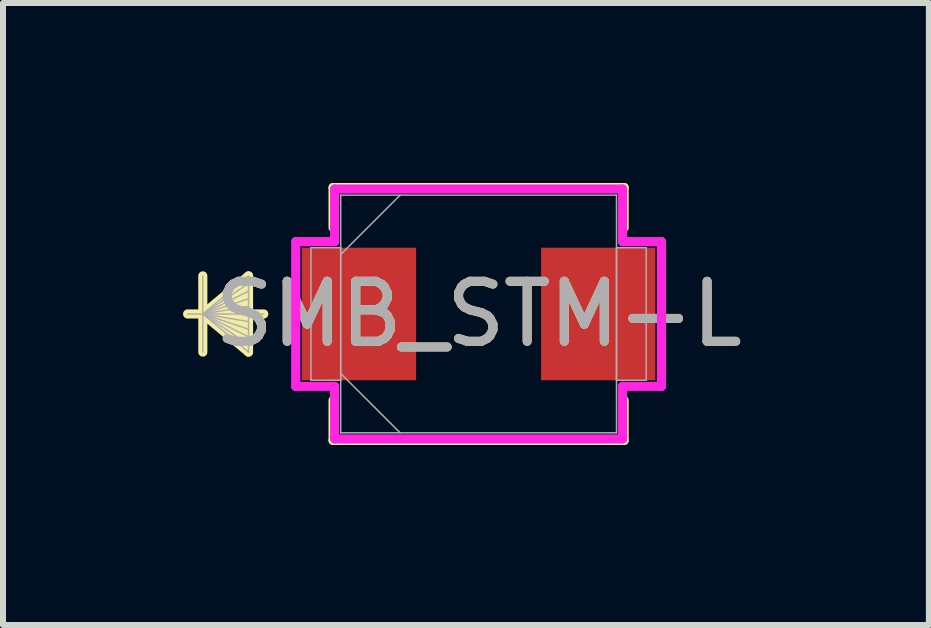
<source format=kicad_pcb>
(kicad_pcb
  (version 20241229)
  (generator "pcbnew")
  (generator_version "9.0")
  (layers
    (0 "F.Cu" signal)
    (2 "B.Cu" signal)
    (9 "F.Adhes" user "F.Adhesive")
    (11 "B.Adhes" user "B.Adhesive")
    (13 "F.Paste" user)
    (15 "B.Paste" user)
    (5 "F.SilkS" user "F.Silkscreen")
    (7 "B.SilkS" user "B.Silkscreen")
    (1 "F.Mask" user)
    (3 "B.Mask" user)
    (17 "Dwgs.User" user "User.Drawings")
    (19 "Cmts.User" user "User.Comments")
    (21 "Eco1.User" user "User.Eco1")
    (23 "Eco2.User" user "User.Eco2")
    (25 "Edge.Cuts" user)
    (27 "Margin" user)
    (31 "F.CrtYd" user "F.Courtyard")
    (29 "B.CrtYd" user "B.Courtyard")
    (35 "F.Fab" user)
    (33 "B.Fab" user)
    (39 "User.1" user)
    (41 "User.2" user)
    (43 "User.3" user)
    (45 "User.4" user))
  (footprint "SMB_STM-L"
    (layer "F.Cu")
    (at 4.928 2.184)
    (property "Reference" "SMB_STM-L" (at 0 0 0) (unlocked yes) (layer "F.SilkS") (effects (font (size 1 1) (thickness 0.15))))
    (attr smd)
    (fp_line (start -4.597 -0.635) (end -4.597 0.635) (stroke (width 0.152) (type solid)) (layer "F.SilkS"))
    (fp_line (start -4.597 0) (end -3.835 -0.635) (stroke (width 0.152) (type solid)) (layer "F.SilkS"))
    (fp_line (start -4.597 0) (end -3.835 -0.508) (stroke (width 0.152) (type solid)) (layer "F.SilkS"))
    (fp_line (start -4.597 0) (end -3.835 -0.381) (stroke (width 0.152) (type solid)) (layer "F.SilkS"))
    (fp_line (start -4.597 0) (end -3.835 -0.254) (stroke (width 0.152) (type solid)) (layer "F.SilkS"))
    (fp_line (start -4.597 0) (end -3.835 -0.127) (stroke (width 0.152) (type solid)) (layer "F.SilkS"))
    (fp_line (start -4.597 0) (end -3.835 0.127) (stroke (width 0.152) (type solid)) (layer "F.SilkS"))
    (fp_line (start -4.597 0) (end -3.835 0.254) (stroke (width 0.152) (type solid)) (layer "F.SilkS"))
    (fp_line (start -4.597 0) (end -3.835 0.381) (stroke (width 0.152) (type solid)) (layer "F.SilkS"))
    (fp_line (start -4.597 0) (end -3.835 0.508) (stroke (width 0.152) (type solid)) (layer "F.SilkS"))
    (fp_line (start -4.597 0) (end -3.835 0.635) (stroke (width 0.152) (type solid)) (layer "F.SilkS"))
    (fp_line (start -3.835 -0.635) (end -3.835 0.635) (stroke (width 0.152) (type solid)) (layer "F.SilkS"))
    (fp_line (start -3.581 0) (end -4.851 0) (stroke (width 0.152) (type solid)) (layer "F.SilkS"))
    (fp_line (start -2.426 -2.108) (end -2.426 -1.438) (stroke (width 0.152) (type solid)) (layer "F.SilkS"))
    (fp_line (start -2.426 1.438) (end -2.426 2.108) (stroke (width 0.152) (type solid)) (layer "F.SilkS"))
    (fp_line (start -2.426 2.108) (end 2.426 2.108) (stroke (width 0.152) (type solid)) (layer "F.SilkS"))
    (fp_line (start 2.426 -2.108) (end -2.426 -2.108) (stroke (width 0.152) (type solid)) (layer "F.SilkS"))
    (fp_line (start 2.426 -1.438) (end 2.426 -2.108) (stroke (width 0.152) (type solid)) (layer "F.SilkS"))
    (fp_line (start 2.426 2.108) (end 2.426 1.438) (stroke (width 0.152) (type solid)) (layer "F.SilkS"))
    (fp_line (start -3.048 -1.206) (end -2.4 -1.206) (stroke (width 0.152) (type solid)) (layer "F.CrtYd"))
    (fp_line (start -3.048 1.206) (end -3.048 -1.206) (stroke (width 0.152) (type solid)) (layer "F.CrtYd"))
    (fp_line (start -2.4 -2.083) (end 2.4 -2.083) (stroke (width 0.152) (type solid)) (layer "F.CrtYd"))
    (fp_line (start -2.4 -1.206) (end -2.4 -2.083) (stroke (width 0.152) (type solid)) (layer "F.CrtYd"))
    (fp_line (start -2.4 1.206) (end -3.048 1.206) (stroke (width 0.152) (type solid)) (layer "F.CrtYd"))
    (fp_line (start -2.4 2.083) (end -2.4 1.206) (stroke (width 0.152) (type solid)) (layer "F.CrtYd"))
    (fp_line (start 2.4 -2.083) (end 2.4 -1.206) (stroke (width 0.152) (type solid)) (layer "F.CrtYd"))
    (fp_line (start 2.4 -1.206) (end 3.048 -1.206) (stroke (width 0.152) (type solid)) (layer "F.CrtYd"))
    (fp_line (start 2.4 1.206) (end 2.4 2.083) (stroke (width 0.152) (type solid)) (layer "F.CrtYd"))
    (fp_line (start 2.4 2.083) (end -2.4 2.083) (stroke (width 0.152) (type solid)) (layer "F.CrtYd"))
    (fp_line (start 3.048 -1.206) (end 3.048 1.206) (stroke (width 0.152) (type solid)) (layer "F.CrtYd"))
    (fp_line (start 3.048 1.206) (end 2.4 1.206) (stroke (width 0.152) (type solid)) (layer "F.CrtYd"))
    (fp_line (start -4.597 -0.635) (end -4.597 0.635) (stroke (width 0.025) (type solid)) (layer "F.Fab"))
    (fp_line (start -4.597 0) (end -3.835 -0.635) (stroke (width 0.025) (type solid)) (layer "F.Fab"))
    (fp_line (start -4.597 0) (end -3.835 -0.508) (stroke (width 0.025) (type solid)) (layer "F.Fab"))
    (fp_line (start -4.597 0) (end -3.835 -0.381) (stroke (width 0.025) (type solid)) (layer "F.Fab"))
    (fp_line (start -4.597 0) (end -3.835 -0.254) (stroke (width 0.025) (type solid)) (layer "F.Fab"))
    (fp_line (start -4.597 0) (end -3.835 -0.127) (stroke (width 0.025) (type solid)) (layer "F.Fab"))
    (fp_line (start -4.597 0) (end -3.835 0.127) (stroke (width 0.025) (type solid)) (layer "F.Fab"))
    (fp_line (start -4.597 0) (end -3.835 0.254) (stroke (width 0.025) (type solid)) (layer "F.Fab"))
    (fp_line (start -4.597 0) (end -3.835 0.381) (stroke (width 0.025) (type solid)) (layer "F.Fab"))
    (fp_line (start -4.597 0) (end -3.835 0.508) (stroke (width 0.025) (type solid)) (layer "F.Fab"))
    (fp_line (start -4.597 0) (end -3.835 0.635) (stroke (width 0.025) (type solid)) (layer "F.Fab"))
    (fp_line (start -3.835 -0.635) (end -3.835 0.635) (stroke (width 0.025) (type solid)) (layer "F.Fab"))
    (fp_line (start -3.581 0) (end -4.851 0) (stroke (width 0.025) (type solid)) (layer "F.Fab"))
    (fp_line (start -2.794 -1.105) (end -2.794 1.105) (stroke (width 0.025) (type solid)) (layer "F.Fab"))
    (fp_line (start -2.794 1.105) (end -2.299 1.105) (stroke (width 0.025) (type solid)) (layer "F.Fab"))
    (fp_line (start -2.299 -1.981) (end -2.299 1.981) (stroke (width 0.025) (type solid)) (layer "F.Fab"))
    (fp_line (start -2.299 -1.105) (end -2.794 -1.105) (stroke (width 0.025) (type solid)) (layer "F.Fab"))
    (fp_line (start -2.299 -0.991) (end -1.308 -1.981) (stroke (width 0.025) (type solid)) (layer "F.Fab"))
    (fp_line (start -2.299 0.991) (end -1.308 1.981) (stroke (width 0.025) (type solid)) (layer "F.Fab"))
    (fp_line (start -2.299 1.105) (end -2.299 -1.105) (stroke (width 0.025) (type solid)) (layer "F.Fab"))
    (fp_line (start -2.299 1.981) (end 2.299 1.981) (stroke (width 0.025) (type solid)) (layer "F.Fab"))
    (fp_line (start 2.299 -1.981) (end -2.299 -1.981) (stroke (width 0.025) (type solid)) (layer "F.Fab"))
    (fp_line (start 2.299 -1.105) (end 2.299 1.105) (stroke (width 0.025) (type solid)) (layer "F.Fab"))
    (fp_line (start 2.299 1.105) (end 2.794 1.105) (stroke (width 0.025) (type solid)) (layer "F.Fab"))
    (fp_line (start 2.299 1.981) (end 2.299 -1.981) (stroke (width 0.025) (type solid)) (layer "F.Fab"))
    (fp_line (start 2.794 -1.105) (end 2.299 -1.105) (stroke (width 0.025) (type solid)) (layer "F.Fab"))
    (fp_line (start 2.794 1.105) (end 2.794 -1.105) (stroke (width 0.025) (type solid)) (layer "F.Fab"))
    (fp_text user "${REFERENCE}" (at 0 0 0) (unlocked yes) (layer "F.Fab") (effects (font (size 1 1) (thickness 0.15))))
    (pad "1" smd rect (at -1.994 0) (size 1.905 2.21) (layers "F.Cu" "F.Mask" "F.Paste"))
    (pad "2" smd rect (at 1.994 0) (size 1.905 2.21) (layers "F.Cu" "F.Mask" "F.Paste"))
    (zone (net_name "") (layer "F.Cu") (hatch full 0.508) (connect_pads) (min_thickness 0.254) (filled_areas_thickness no) (keepout (tracks not_allowed) (vias not_allowed) (pads allowed) (copperpour not_allowed) (footprints allowed)) (placement (enabled no)) (fill) (polygon (pts (xy 3.937 0.254) (xy 5.918 0.254) (xy 5.918 4.115) (xy 3.937 4.115)))))
  (gr_rect
    (start -3 -3)
    (end 12.434 7.369)
    (stroke (width 0.1) (type default))
    (fill no)
    (layer "Edge.Cuts")))
</source>
